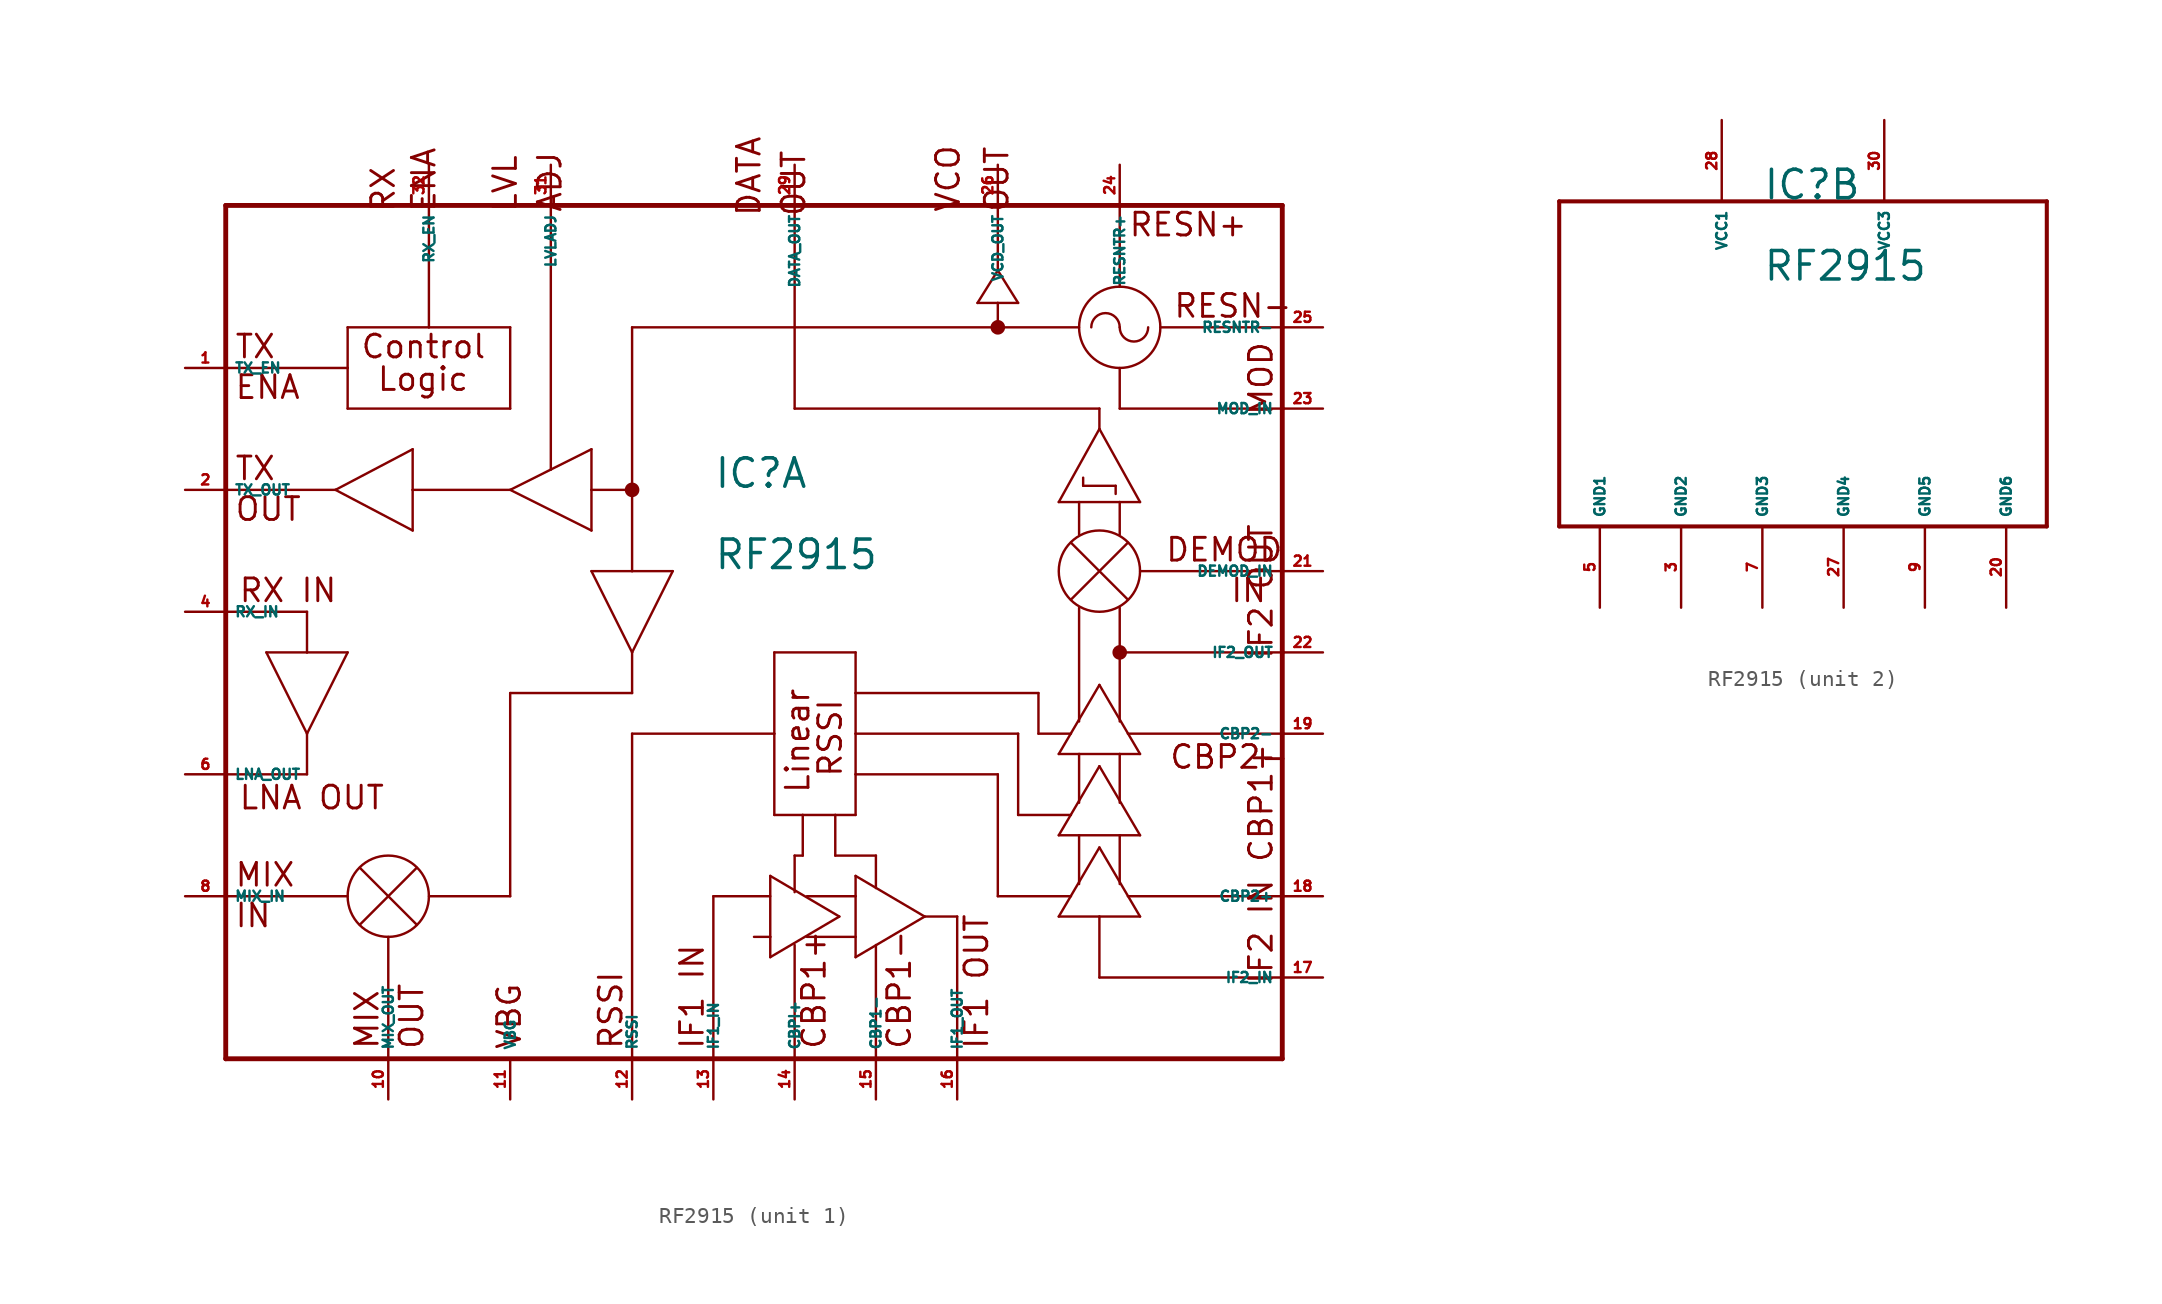
<source format=kicad_sym>
(kicad_symbol_lib
  (version 20220914)
  (generator Eagle2Kicad)
  (symbol "RF2915"
    (property "Reference" "IC"
      (at -2.54 10.16 0)
      (effects (font (size 1.778 1.778) (thickness 0.22)) (justify left bottom)))
    (property "Value" "RF2915"
      (at -2.54 5.08 0)
      (effects (font (size 1.778 1.778) (thickness 0.22)) (justify left bottom)))
    (symbol "RF2915_1_0"
      (polyline (pts (xy -21.336 12.7) (xy -26.162 10.16)) (stroke (width 0.152) (type default)) (fill (type none)))
      (polyline (pts (xy -26.162 10.16) (xy -21.336 7.62)) (stroke (width 0.152) (type default)) (fill (type none)))
      (polyline (pts (xy -21.336 7.62) (xy -21.336 10.16)) (stroke (width 0.152) (type default)) (fill (type none)))
      (polyline (pts (xy -21.336 10.16) (xy -21.336 12.7)) (stroke (width 0.152) (type default)) (fill (type none)))
      (polyline (pts (xy -33.02 10.16) (xy -26.162 10.16)) (stroke (width 0.152) (type default)) (fill (type none)))
      (polyline (pts (xy -21.336 10.16) (xy -15.24 10.16)) (stroke (width 0.152) (type default)) (fill (type none)))
      (polyline (pts (xy -33.02 2.54) (xy -27.94 2.54)) (stroke (width 0.152) (type default)) (fill (type none)))
      (polyline (pts (xy -27.94 2.54) (xy -27.94 0)) (stroke (width 0.152) (type default)) (fill (type none)))
      (polyline (pts (xy -27.94 0) (xy -30.48 0)) (stroke (width 0.152) (type default)) (fill (type none)))
      (polyline (pts (xy -30.48 0) (xy -27.94 -5.08)) (stroke (width 0.152) (type default)) (fill (type none)))
      (polyline (pts (xy -27.94 -5.08) (xy -25.4 0)) (stroke (width 0.152) (type default)) (fill (type none)))
      (polyline (pts (xy -25.4 0) (xy -27.94 0)) (stroke (width 0.152) (type default)) (fill (type none)))
      (polyline (pts (xy -27.94 -5.08) (xy -27.94 -7.62)) (stroke (width 0.152) (type default)) (fill (type none)))
      (polyline (pts (xy -27.94 -7.62) (xy -33.02 -7.62)) (stroke (width 0.152) (type default)) (fill (type none)))
      (polyline (pts (xy -33.02 -15.24) (xy -25.4 -15.24)) (stroke (width 0.152) (type default)) (fill (type none)))
      (polyline (pts (xy -22.86 -17.78) (xy -22.86 -25.4)) (stroke (width 0.152) (type default)) (fill (type none)))
      (polyline (pts (xy -10.16 12.7) (xy -12.7 11.43)) (stroke (width 0.152) (type default)) (fill (type none)))
      (polyline (pts (xy -12.7 11.43) (xy -15.24 10.16)) (stroke (width 0.152) (type default)) (fill (type none)))
      (polyline (pts (xy -15.24 10.16) (xy -10.16 7.62)) (stroke (width 0.152) (type default)) (fill (type none)))
      (polyline (pts (xy -10.16 7.62) (xy -10.16 10.16)) (stroke (width 0.152) (type default)) (fill (type none)))
      (polyline (pts (xy -10.16 10.16) (xy -10.16 12.7)) (stroke (width 0.152) (type default)) (fill (type none)))
      (polyline (pts (xy -10.16 5.08) (xy -7.62 0)) (stroke (width 0.152) (type default)) (fill (type none)))
      (polyline (pts (xy -7.62 0) (xy -5.08 5.08)) (stroke (width 0.152) (type default)) (fill (type none)))
      (polyline (pts (xy -5.08 5.08) (xy -7.62 5.08)) (stroke (width 0.152) (type default)) (fill (type none)))
      (polyline (pts (xy -7.62 5.08) (xy -10.16 5.08)) (stroke (width 0.152) (type default)) (fill (type none)))
      (polyline (pts (xy -20.32 -15.24) (xy -15.24 -15.24)) (stroke (width 0.152) (type default)) (fill (type none)))
      (polyline (pts (xy -15.24 -15.24) (xy -15.24 -2.54)) (stroke (width 0.152) (type default)) (fill (type none)))
      (polyline (pts (xy -15.24 -2.54) (xy -7.62 -2.54)) (stroke (width 0.152) (type default)) (fill (type none)))
      (polyline (pts (xy -7.62 -2.54) (xy -7.62 0)) (stroke (width 0.152) (type default)) (fill (type none)))
      (polyline (pts (xy -7.62 5.08) (xy -7.62 10.16)) (stroke (width 0.152) (type default)) (fill (type none)))
      (polyline (pts (xy -7.62 10.16) (xy -10.16 10.16)) (stroke (width 0.152) (type default)) (fill (type none)))
      (polyline (pts (xy -20.32 27.94) (xy -20.32 20.32)) (stroke (width 0.152) (type default)) (fill (type none)))
      (polyline (pts (xy -25.4 20.32) (xy -25.4 17.78)) (stroke (width 0.152) (type default)) (fill (type none)))
      (polyline (pts (xy -25.4 17.78) (xy -25.4 15.24)) (stroke (width 0.152) (type default)) (fill (type none)))
      (polyline (pts (xy -25.4 15.24) (xy -15.24 15.24)) (stroke (width 0.152) (type default)) (fill (type none)))
      (polyline (pts (xy -15.24 15.24) (xy -15.24 20.32)) (stroke (width 0.152) (type default)) (fill (type none)))
      (polyline (pts (xy -15.24 20.32) (xy -20.32 20.32)) (stroke (width 0.152) (type default)) (fill (type none)))
      (polyline (pts (xy -20.32 20.32) (xy -25.4 20.32)) (stroke (width 0.152) (type default)) (fill (type none)))
      (polyline (pts (xy -33.02 17.78) (xy -25.4 17.78)) (stroke (width 0.152) (type default)) (fill (type none)))
      (polyline (pts (xy -12.7 27.94) (xy -12.7 11.43)) (stroke (width 0.152) (type default)) (fill (type none)))
      (polyline (pts (xy -7.62 10.16) (xy -7.62 20.32)) (stroke (width 0.152) (type default)) (fill (type none)))
      (polyline (pts (xy -7.62 20.32) (xy 14.986 20.32)) (stroke (width 0.152) (type default)) (fill (type none)))
      (polyline (pts (xy 14.986 20.32) (xy 15.24 20.32)) (stroke (width 0.152) (type default)) (fill (type none)))
      (polyline (pts (xy 15.24 20.32) (xy 15.24 21.844)) (stroke (width 0.152) (type default)) (fill (type none)))
      (polyline (pts (xy 15.24 21.844) (xy 13.97 21.844)) (stroke (width 0.152) (type default)) (fill (type none)))
      (polyline (pts (xy 13.97 21.844) (xy 15.24 23.876)) (stroke (width 0.152) (type default)) (fill (type none)))
      (polyline (pts (xy 15.24 23.876) (xy 16.51 21.844)) (stroke (width 0.152) (type default)) (fill (type none)))
      (polyline (pts (xy 16.51 21.844) (xy 15.24 21.844)) (stroke (width 0.152) (type default)) (fill (type none)))
      (polyline (pts (xy 15.24 23.876) (xy 15.24 27.94)) (stroke (width 0.152) (type default)) (fill (type none)))
      (polyline (pts (xy -2.54 -25.4) (xy -2.54 -15.24)) (stroke (width 0.152) (type default)) (fill (type none)))
      (polyline (pts (xy -2.54 -15.24) (xy 1.016 -15.24)) (stroke (width 0.152) (type default)) (fill (type none)))
      (polyline (pts (xy 1.016 -13.97) (xy 1.016 -17.78)) (stroke (width 0.152) (type default)) (fill (type none)))
      (polyline (pts (xy 1.016 -17.78) (xy 1.016 -19.05)) (stroke (width 0.152) (type default)) (fill (type none)))
      (polyline (pts (xy 3.302 -17.78) (xy 6.35 -17.78)) (stroke (width 0.152) (type default)) (fill (type none)))
      (polyline (pts (xy 3.302 -15.24) (xy 6.35 -15.24)) (stroke (width 0.152) (type default)) (fill (type none)))
      (polyline (pts (xy 1.016 -13.97) (xy 5.334 -16.51)) (stroke (width 0.152) (type default)) (fill (type none)))
      (polyline (pts (xy 5.334 -16.51) (xy 1.016 -19.05)) (stroke (width 0.152) (type default)) (fill (type none)))
      (polyline (pts (xy 6.35 -13.97) (xy 6.35 -15.24)) (stroke (width 0.152) (type default)) (fill (type none)))
      (polyline (pts (xy 6.35 -15.24) (xy 6.35 -17.78)) (stroke (width 0.152) (type default)) (fill (type none)))
      (polyline (pts (xy 6.35 -17.78) (xy 6.35 -19.05)) (stroke (width 0.152) (type default)) (fill (type none)))
      (polyline (pts (xy 6.35 -13.97) (xy 10.668 -16.51)) (stroke (width 0.152) (type default)) (fill (type none)))
      (polyline (pts (xy 10.668 -16.51) (xy 6.35 -19.05)) (stroke (width 0.152) (type default)) (fill (type none)))
      (polyline (pts (xy 2.54 -25.4) (xy 2.54 -18.288)) (stroke (width 0.152) (type default)) (fill (type none)))
      (polyline (pts (xy 7.62 -25.4) (xy 7.62 -18.288)) (stroke (width 0.152) (type default)) (fill (type none)))
      (polyline (pts (xy 10.668 -16.51) (xy 12.7 -16.51)) (stroke (width 0.152) (type default)) (fill (type none)))
      (polyline (pts (xy 12.7 -16.51) (xy 12.7 -25.4)) (stroke (width 0.152) (type default)) (fill (type none)))
      (polyline (pts (xy 2.54 -14.986) (xy 2.54 -12.7)) (stroke (width 0.152) (type default)) (fill (type none)))
      (polyline (pts (xy 1.016 -17.78) (xy 0 -17.78)) (stroke (width 0.152) (type default)) (fill (type none)))
      (polyline (pts (xy -24.638 -13.462) (xy -21.082 -17.018)) (stroke (width 0.152) (type default)) (fill (type none)))
      (polyline (pts (xy -21.082 -13.462) (xy -24.638 -17.018)) (stroke (width 0.152) (type default)) (fill (type none)))
      (polyline (pts (xy 19.05 -16.51) (xy 21.59 -16.51)) (stroke (width 0.152) (type default)) (fill (type none)))
      (polyline (pts (xy 21.59 -16.51) (xy 24.13 -16.51)) (stroke (width 0.152) (type default)) (fill (type none)))
      (polyline (pts (xy 19.05 -16.51) (xy 21.59 -12.192)) (stroke (width 0.152) (type default)) (fill (type none)))
      (polyline (pts (xy 21.59 -12.192) (xy 24.13 -16.51)) (stroke (width 0.152) (type default)) (fill (type none)))
      (polyline (pts (xy 33.02 -15.24) (xy 23.368 -15.24)) (stroke (width 0.152) (type default)) (fill (type none)))
      (polyline (pts (xy 22.86 7.366) (xy 22.86 9.398)) (stroke (width 0.152) (type default)) (fill (type none)))
      (polyline (pts (xy 20.32 7.366) (xy 20.32 9.398)) (stroke (width 0.152) (type default)) (fill (type none)))
      (polyline (pts (xy 19.05 9.398) (xy 20.32 9.398)) (stroke (width 0.152) (type default)) (fill (type none)))
      (polyline (pts (xy 20.32 9.398) (xy 22.86 9.398)) (stroke (width 0.152) (type default)) (fill (type none)))
      (polyline (pts (xy 22.86 9.398) (xy 24.13 9.398)) (stroke (width 0.152) (type default)) (fill (type none)))
      (polyline (pts (xy 19.05 9.398) (xy 21.59 13.97)) (stroke (width 0.152) (type default)) (fill (type none)))
      (polyline (pts (xy 21.59 13.97) (xy 24.13 9.398)) (stroke (width 0.152) (type default)) (fill (type none)))
      (polyline (pts (xy 21.59 13.97) (xy 21.59 15.24)) (stroke (width 0.152) (type default)) (fill (type none)))
      (polyline (pts (xy 22.86 -14.478) (xy 22.86 -11.43)) (stroke (width 0.152) (type default)) (fill (type none)))
      (polyline (pts (xy 20.32 -14.478) (xy 20.32 -11.43)) (stroke (width 0.152) (type default)) (fill (type none)))
      (polyline (pts (xy 19.05 -11.43) (xy 20.32 -11.43)) (stroke (width 0.152) (type default)) (fill (type none)))
      (polyline (pts (xy 20.32 -11.43) (xy 22.86 -11.43)) (stroke (width 0.152) (type default)) (fill (type none)))
      (polyline (pts (xy 22.86 -11.43) (xy 24.13 -11.43)) (stroke (width 0.152) (type default)) (fill (type none)))
      (polyline (pts (xy 19.05 -11.43) (xy 21.59 -7.112)) (stroke (width 0.152) (type default)) (fill (type none)))
      (polyline (pts (xy 21.59 -7.112) (xy 24.13 -11.43)) (stroke (width 0.152) (type default)) (fill (type none)))
      (polyline (pts (xy 22.86 -9.398) (xy 22.86 -6.35)) (stroke (width 0.152) (type default)) (fill (type none)))
      (polyline (pts (xy 20.32 -9.398) (xy 20.32 -6.35)) (stroke (width 0.152) (type default)) (fill (type none)))
      (polyline (pts (xy 19.05 -6.35) (xy 20.32 -6.35)) (stroke (width 0.152) (type default)) (fill (type none)))
      (polyline (pts (xy 20.32 -6.35) (xy 22.86 -6.35)) (stroke (width 0.152) (type default)) (fill (type none)))
      (polyline (pts (xy 22.86 -6.35) (xy 24.13 -6.35)) (stroke (width 0.152) (type default)) (fill (type none)))
      (polyline (pts (xy 19.05 -6.35) (xy 21.59 -2.032)) (stroke (width 0.152) (type default)) (fill (type none)))
      (polyline (pts (xy 21.59 -2.032) (xy 24.13 -6.35)) (stroke (width 0.152) (type default)) (fill (type none)))
      (polyline (pts (xy 33.02 -5.08) (xy 23.368 -5.08)) (stroke (width 0.152) (type default)) (fill (type none)))
      (polyline (pts (xy 22.86 -4.318) (xy 22.86 0)) (stroke (width 0.152) (type default)) (fill (type none)))
      (polyline (pts (xy 22.86 0) (xy 22.86 2.794)) (stroke (width 0.152) (type default)) (fill (type none)))
      (polyline (pts (xy 20.32 -4.318) (xy 20.32 2.794)) (stroke (width 0.152) (type default)) (fill (type none)))
      (polyline (pts (xy 33.02 5.08) (xy 24.13 5.08)) (stroke (width 0.152) (type default)) (fill (type none)))
      (polyline (pts (xy 19.812 6.858) (xy 23.368 3.302)) (stroke (width 0.152) (type default)) (fill (type none)))
      (polyline (pts (xy 23.368 6.858) (xy 19.812 3.302)) (stroke (width 0.152) (type default)) (fill (type none)))
      (polyline (pts (xy 20.32 20.32) (xy 14.986 20.32)) (stroke (width 0.152) (type default)) (fill (type none)))
      (polyline (pts (xy 1.27 0) (xy 1.27 -5.08)) (stroke (width 0.152) (type default)) (fill (type none)))
      (polyline (pts (xy 1.27 -5.08) (xy 1.27 -10.16)) (stroke (width 0.152) (type default)) (fill (type none)))
      (polyline (pts (xy 1.27 -10.16) (xy 3.048 -10.16)) (stroke (width 0.152) (type default)) (fill (type none)))
      (polyline (pts (xy 3.048 -10.16) (xy 5.08 -10.16)) (stroke (width 0.152) (type default)) (fill (type none)))
      (polyline (pts (xy 5.08 -10.16) (xy 6.35 -10.16)) (stroke (width 0.152) (type default)) (fill (type none)))
      (polyline (pts (xy 6.35 -10.16) (xy 6.35 -7.62)) (stroke (width 0.152) (type default)) (fill (type none)))
      (polyline (pts (xy 6.35 -7.62) (xy 6.35 -5.08)) (stroke (width 0.152) (type default)) (fill (type none)))
      (polyline (pts (xy 6.35 -5.08) (xy 6.35 -2.54)) (stroke (width 0.152) (type default)) (fill (type none)))
      (polyline (pts (xy 6.35 -2.54) (xy 6.35 0)) (stroke (width 0.152) (type default)) (fill (type none)))
      (polyline (pts (xy 6.35 0) (xy 1.27 0)) (stroke (width 0.152) (type default)) (fill (type none)))
      (polyline (pts (xy 6.35 -2.54) (xy 17.78 -2.54)) (stroke (width 0.152) (type default)) (fill (type none)))
      (polyline (pts (xy 17.78 -2.54) (xy 17.78 -5.08)) (stroke (width 0.152) (type default)) (fill (type none)))
      (polyline (pts (xy 17.78 -5.08) (xy 19.812 -5.08)) (stroke (width 0.152) (type default)) (fill (type none)))
      (polyline (pts (xy 6.35 -5.08) (xy 16.51 -5.08)) (stroke (width 0.152) (type default)) (fill (type none)))
      (polyline (pts (xy 16.51 -5.08) (xy 16.51 -10.16)) (stroke (width 0.152) (type default)) (fill (type none)))
      (polyline (pts (xy 16.51 -10.16) (xy 19.812 -10.16)) (stroke (width 0.152) (type default)) (fill (type none)))
      (polyline (pts (xy 19.812 -15.24) (xy 15.24 -15.24)) (stroke (width 0.152) (type default)) (fill (type none)))
      (polyline (pts (xy 15.24 -15.24) (xy 15.24 -7.62)) (stroke (width 0.152) (type default)) (fill (type none)))
      (polyline (pts (xy 15.24 -7.62) (xy 6.35 -7.62)) (stroke (width 0.152) (type default)) (fill (type none)))
      (polyline (pts (xy 33.02 -20.32) (xy 21.59 -20.32)) (stroke (width 0.152) (type default)) (fill (type none)))
      (polyline (pts (xy 21.59 -20.32) (xy 21.59 -16.51)) (stroke (width 0.152) (type default)) (fill (type none)))
      (polyline (pts (xy 5.08 -10.16) (xy 5.08 -12.7)) (stroke (width 0.152) (type default)) (fill (type none)))
      (polyline (pts (xy 5.08 -12.7) (xy 7.62 -12.7)) (stroke (width 0.152) (type default)) (fill (type none)))
      (polyline (pts (xy 7.62 -12.7) (xy 7.62 -14.732)) (stroke (width 0.152) (type default)) (fill (type none)))
      (polyline (pts (xy 2.54 -12.7) (xy 3.048 -12.7)) (stroke (width 0.152) (type default)) (fill (type none)))
      (polyline (pts (xy 3.048 -12.7) (xy 3.048 -10.16)) (stroke (width 0.152) (type default)) (fill (type none)))
      (polyline (pts (xy 21.59 15.24) (xy 2.54 15.24)) (stroke (width 0.152) (type default)) (fill (type none)))
      (polyline (pts (xy -7.62 -25.4) (xy -7.62 -5.08)) (stroke (width 0.152) (type default)) (fill (type none)))
      (polyline (pts (xy -7.62 -5.08) (xy 1.27 -5.08)) (stroke (width 0.152) (type default)) (fill (type none)))
      (polyline (pts (xy 2.54 15.24) (xy 2.54 27.94)) (stroke (width 0.152) (type default)) (fill (type none)))
      (polyline (pts (xy 22.86 15.24) (xy 22.86 17.78)) (stroke (width 0.152) (type default)) (fill (type none)))
      (arc (start 22.86 20.32) (mid 21.971 21.209) (end 21.082 20.32) (stroke (width 0.1524) (type default)) (fill (type none)))
      (arc (start 22.86 20.32) (mid 23.749 19.431) (end 24.638 20.32) (stroke (width 0.1524) (type default)) (fill (type none)))
      (polyline (pts (xy 20.574 10.922) (xy 20.574 10.414)) (stroke (width 0.152) (type default)) (fill (type none)))
      (polyline (pts (xy 20.574 10.414) (xy 22.606 10.414)) (stroke (width 0.152) (type default)) (fill (type none)))
      (polyline (pts (xy 22.606 10.414) (xy 22.606 9.906)) (stroke (width 0.152) (type default)) (fill (type none)))
      (polyline (pts (xy 33.02 0) (xy 22.86 0)) (stroke (width 0.152) (type default)) (fill (type none)))
      (polyline (pts (xy -33.02 27.94) (xy -33.02 -25.4)) (stroke (width 0.305) (type default)) (fill (type none)))
      (polyline (pts (xy -33.02 -25.4) (xy -7.62 -25.4)) (stroke (width 0.305) (type default)) (fill (type none)))
      (polyline (pts (xy -7.62 -25.4) (xy 33.02 -25.4)) (stroke (width 0.305) (type default)) (fill (type none)))
      (polyline (pts (xy 33.02 -25.4) (xy 33.02 -15.24)) (stroke (width 0.305) (type default)) (fill (type none)))
      (polyline (pts (xy 33.02 -15.24) (xy 33.02 -5.08)) (stroke (width 0.305) (type default)) (fill (type none)))
      (polyline (pts (xy 33.02 -5.08) (xy 33.02 0)) (stroke (width 0.305) (type default)) (fill (type none)))
      (polyline (pts (xy 33.02 0) (xy 33.02 15.24)) (stroke (width 0.305) (type default)) (fill (type none)))
      (polyline (pts (xy 33.02 15.24) (xy 33.02 20.32)) (stroke (width 0.305) (type default)) (fill (type none)))
      (polyline (pts (xy 33.02 20.32) (xy 33.02 27.94)) (stroke (width 0.305) (type default)) (fill (type none)))
      (polyline (pts (xy 33.02 27.94) (xy 22.86 27.94)) (stroke (width 0.305) (type default)) (fill (type none)))
      (polyline (pts (xy 22.86 27.94) (xy -33.02 27.94)) (stroke (width 0.305) (type default)) (fill (type none)))
      (polyline (pts (xy 25.4 20.32) (xy 33.02 20.32)) (stroke (width 0.152) (type default)) (fill (type none)))
      (polyline (pts (xy 22.86 22.86) (xy 22.86 27.94)) (stroke (width 0.152) (type default)) (fill (type none)))
      (polyline (pts (xy 22.86 15.24) (xy 33.02 15.24)) (stroke (width 0.152) (type default)) (fill (type none)))
      (text "RX IN" (at -32.258 3.048 0) (effects (font (size 1.422 1.422) (thickness 0.18)) (justify left bottom)))
      (text "LNA OUT" (at -32.258 -9.906 0) (effects (font (size 1.422 1.422) (thickness 0.18)) (justify left bottom)))
      (text "IN" (at -32.512 -17.272 0) (effects (font (size 1.422 1.422) (thickness 0.18)) (justify left bottom)))
      (text "MIX" (at -32.512 -14.732 0) (effects (font (size 1.422 1.422) (thickness 0.18)) (justify left bottom)))
      (text "MIX" (at -23.368 -24.892 900) (effects (font (size 1.422 1.422) (thickness 0.18)) (justify left bottom)))
      (text "OUT" (at -20.574 -24.892 900) (effects (font (size 1.422 1.422) (thickness 0.18)) (justify left bottom)))
      (text "VBG" (at -14.478 -24.892 900) (effects (font (size 1.422 1.422) (thickness 0.18)) (justify left bottom)))
      (text "IF1 IN" (at -3.048 -24.892 900) (effects (font (size 1.422 1.422) (thickness 0.18)) (justify left bottom)))
      (text "RSSI" (at -8.128 -24.892 900) (effects (font (size 1.422 1.422) (thickness 0.18)) (justify left bottom)))
      (text "IF1 OUT" (at 14.732 -24.892 900) (effects (font (size 1.422 1.422) (thickness 0.18)) (justify left bottom)))
      (text "IF2 IN" (at 32.512 -20.828 1800) (effects (font (size 1.422 1.422) (thickness 0.18)) (justify left bottom)))
      (text "CBP1+" (at 32.512 -13.208 1800) (effects (font (size 1.422 1.422) (thickness 0.18)) (justify left bottom)))
      (text "CBP2-" (at 25.908 -7.366 0) (effects (font (size 1.422 1.422) (thickness 0.18)) (justify left bottom)))
      (text "CBP1+" (at 4.572 -24.892 900) (effects (font (size 1.422 1.422) (thickness 0.18)) (justify left bottom)))
      (text "CBP1-" (at 9.906 -24.892 900) (effects (font (size 1.422 1.422) (thickness 0.18)) (justify left bottom)))
      (text "IF2 OUT" (at 32.512 -0.508 1800) (effects (font (size 1.422 1.422) (thickness 0.18)) (justify left bottom)))
      (text "OUT" (at 3.302 27.178 2700) (effects (font (size 1.422 1.422) (thickness 0.18)) (justify left bottom)))
      (text "DATA" (at 0.508 27.178 2700) (effects (font (size 1.422 1.422) (thickness 0.18)) (justify left bottom)))
      (text "VCO" (at 12.954 27.432 2700) (effects (font (size 1.422 1.422) (thickness 0.18)) (justify left bottom)))
      (text "OUT" (at 16.002 27.432 2700) (effects (font (size 1.422 1.422) (thickness 0.18)) (justify left bottom)))
      (text "LVL" (at -14.732 27.432 2700) (effects (font (size 1.422 1.422) (thickness 0.18)) (justify left bottom)))
      (text "ADJ" (at -11.938 27.432 2700) (effects (font (size 1.422 1.422) (thickness 0.18)) (justify left bottom)))
      (text "RX" (at -22.352 27.432 2700) (effects (font (size 1.422 1.422) (thickness 0.18)) (justify left bottom)))
      (text "RESN-" (at 26.162 20.828 0) (effects (font (size 1.422 1.422) (thickness 0.18)) (justify left bottom)))
      (text "RESN+" (at 23.368 25.908 0) (effects (font (size 1.422 1.422) (thickness 0.18)) (justify left bottom)))
      (text "MOD" (at 32.512 14.732 1800) (effects (font (size 1.422 1.422) (thickness 0.18)) (justify left bottom)))
      (text "ENA" (at -19.812 27.432 2700) (effects (font (size 1.422 1.422) (thickness 0.18)) (justify left bottom)))
      (text "Logic" (at -23.622 16.256 0) (effects (font (size 1.422 1.422) (thickness 0.18)) (justify left bottom)))
      (text "Control" (at -24.638 18.288 0) (effects (font (size 1.422 1.422) (thickness 0.18)) (justify left bottom)))
      (text "Linear" (at 3.556 -8.89 900) (effects (font (size 1.422 1.422) (thickness 0.18)) (justify left bottom)))
      (text "RSSI" (at 5.588 -7.874 900) (effects (font (size 1.422 1.422) (thickness 0.18)) (justify left bottom)))
      (text "TX" (at -32.512 18.288 0) (effects (font (size 1.422 1.422) (thickness 0.18)) (justify left bottom)))
      (text "ENA" (at -32.512 15.748 0) (effects (font (size 1.422 1.422) (thickness 0.18)) (justify left bottom)))
      (text "TX" (at -32.512 10.668 0) (effects (font (size 1.422 1.422) (thickness 0.18)) (justify left bottom)))
      (text "OUT" (at -32.512 8.128 0) (effects (font (size 1.422 1.422) (thickness 0.18)) (justify left bottom)))
      (text "DEMOD" (at 25.654 5.588 0) (effects (font (size 1.422 1.422) (thickness 0.18)) (justify left bottom)))
      (text "IN" (at 29.718 3.048 0) (effects (font (size 1.422 1.422) (thickness 0.18)) (justify left bottom)))
      (circle (center -22.86 -15.24) (radius 2.54) (stroke (width 0.152) (type default)) (fill (type none)))
      (circle (center 21.59 5.08) (radius 2.54) (stroke (width 0.152) (type default)) (fill (type none)))
      (circle (center 22.86 20.32) (radius 2.54) (stroke (width 0.152) (type default)) (fill (type none)))
      (circle (center -7.62 10.16) (radius 0.254) (stroke (width 0.406) (type default)) (fill (type none)))
      (circle (center 15.24 20.32) (radius 0.254) (stroke (width 0.406) (type default)) (fill (type none)))
      (circle (center 22.86 0) (radius 0.254) (stroke (width 0.406) (type default)) (fill (type none)))
      (pin input line (at -35.56 17.78 0) (length 2.54) (name "TX_EN" (effects (font (size 0.635 0.635) (thickness 0.08)) (justify left bottom))) (number "1" (effects (font (size 0.635 0.635) (thickness 0.08)) (justify left bottom))))
      (pin passive line (at -35.56 10.16 0) (length 2.54) (name "TX_OUT" (effects (font (size 0.635 0.635) (thickness 0.08)) (justify left bottom))) (number "2" (effects (font (size 0.635 0.635) (thickness 0.08)) (justify left bottom))))
      (pin passive line (at -35.56 2.54 0) (length 2.54) (name "RX_IN" (effects (font (size 0.635 0.635) (thickness 0.08)) (justify left bottom))) (number "4" (effects (font (size 0.635 0.635) (thickness 0.08)) (justify left bottom))))
      (pin open_collector line (at -35.56 -7.62 0) (length 2.54) (name "LNA_OUT" (effects (font (size 0.635 0.635) (thickness 0.08)) (justify left bottom))) (number "6" (effects (font (size 0.635 0.635) (thickness 0.08)) (justify left bottom))))
      (pin input line (at -35.56 -15.24 0) (length 2.54) (name "MIX_IN" (effects (font (size 0.635 0.635) (thickness 0.08)) (justify left bottom))) (number "8" (effects (font (size 0.635 0.635) (thickness 0.08)) (justify left bottom))))
      (pin output line (at -22.86 -27.94 90) (length 2.54) (name "MIX_OUT" (effects (font (size 0.635 0.635) (thickness 0.08)) (justify left bottom))) (number "10" (effects (font (size 0.635 0.635) (thickness 0.08)) (justify left bottom))))
      (pin passive line (at -15.24 -27.94 90) (length 2.54) (name "VBG" (effects (font (size 0.635 0.635) (thickness 0.08)) (justify left bottom))) (number "11" (effects (font (size 0.635 0.635) (thickness 0.08)) (justify left bottom))))
      (pin output line (at -7.62 -27.94 90) (length 2.54) (name "RSSI" (effects (font (size 0.635 0.635) (thickness 0.08)) (justify left bottom))) (number "12" (effects (font (size 0.635 0.635) (thickness 0.08)) (justify left bottom))))
      (pin passive line (at -2.54 -27.94 90) (length 2.54) (name "IF1_IN" (effects (font (size 0.635 0.635) (thickness 0.08)) (justify left bottom))) (number "13" (effects (font (size 0.635 0.635) (thickness 0.08)) (justify left bottom))))
      (pin passive line (at 2.54 -27.94 90) (length 2.54) (name "CBPI+" (effects (font (size 0.635 0.635) (thickness 0.08)) (justify left bottom))) (number "14" (effects (font (size 0.635 0.635) (thickness 0.08)) (justify left bottom))))
      (pin passive line (at 7.62 -27.94 90) (length 2.54) (name "CBP1-" (effects (font (size 0.635 0.635) (thickness 0.08)) (justify left bottom))) (number "15" (effects (font (size 0.635 0.635) (thickness 0.08)) (justify left bottom))))
      (pin passive line (at 12.7 -27.94 90) (length 2.54) (name "IF1_OUT" (effects (font (size 0.635 0.635) (thickness 0.08)) (justify left bottom))) (number "16" (effects (font (size 0.635 0.635) (thickness 0.08)) (justify left bottom))))
      (pin passive line (at 35.56 -20.32 180) (length 2.54) (name "IF2_IN" (effects (font (size 0.635 0.635) (thickness 0.08)) (justify left bottom))) (number "17" (effects (font (size 0.635 0.635) (thickness 0.08)) (justify left bottom))))
      (pin passive line (at 35.56 -15.24 180) (length 2.54) (name "CBP2+" (effects (font (size 0.635 0.635) (thickness 0.08)) (justify left bottom))) (number "18" (effects (font (size 0.635 0.635) (thickness 0.08)) (justify left bottom))))
      (pin passive line (at 35.56 -5.08 180) (length 2.54) (name "CBP2-" (effects (font (size 0.635 0.635) (thickness 0.08)) (justify left bottom))) (number "19" (effects (font (size 0.635 0.635) (thickness 0.08)) (justify left bottom))))
      (pin passive line (at 35.56 0 180) (length 2.54) (name "IF2_OUT" (effects (font (size 0.635 0.635) (thickness 0.08)) (justify left bottom))) (number "22" (effects (font (size 0.635 0.635) (thickness 0.08)) (justify left bottom))))
      (pin passive line (at 35.56 5.08 180) (length 2.54) (name "DEMOD_IN" (effects (font (size 0.635 0.635) (thickness 0.08)) (justify left bottom))) (number "21" (effects (font (size 0.635 0.635) (thickness 0.08)) (justify left bottom))))
      (pin passive line (at 35.56 15.24 180) (length 2.54) (name "MOD_IN" (effects (font (size 0.635 0.635) (thickness 0.08)) (justify left bottom))) (number "23" (effects (font (size 0.635 0.635) (thickness 0.08)) (justify left bottom))))
      (pin passive line (at 35.56 20.32 180) (length 2.54) (name "RESNTR-" (effects (font (size 0.635 0.635) (thickness 0.08)) (justify left bottom))) (number "25" (effects (font (size 0.635 0.635) (thickness 0.08)) (justify left bottom))))
      (pin passive line (at 22.86 30.48 270) (length 2.54) (name "RESNTR+" (effects (font (size 0.635 0.635) (thickness 0.08)) (justify left bottom))) (number "24" (effects (font (size 0.635 0.635) (thickness 0.08)) (justify left bottom))))
      (pin passive line (at 15.24 30.48 270) (length 2.54) (name "VCD_OUT" (effects (font (size 0.635 0.635) (thickness 0.08)) (justify left bottom))) (number "26" (effects (font (size 0.635 0.635) (thickness 0.08)) (justify left bottom))))
      (pin output line (at 2.54 30.48 270) (length 2.54) (name "DATA_OUT" (effects (font (size 0.635 0.635) (thickness 0.08)) (justify left bottom))) (number "29" (effects (font (size 0.635 0.635) (thickness 0.08)) (justify left bottom))))
      (pin passive line (at -12.7 30.48 270) (length 2.54) (name "LVLADJ" (effects (font (size 0.635 0.635) (thickness 0.08)) (justify left bottom))) (number "31" (effects (font (size 0.635 0.635) (thickness 0.08)) (justify left bottom))))
      (pin input line (at -20.32 30.48 270) (length 2.54) (name "RX_EN" (effects (font (size 0.635 0.635) (thickness 0.08)) (justify left bottom))) (number "32" (effects (font (size 0.635 0.635) (thickness 0.08)) (justify left bottom)))))
    (symbol "RF2915_2_0"
      (polyline (pts (xy -15.24 -10.16) (xy 15.24 -10.16)) (stroke (width 0.254) (type default)) (fill (type none)))
      (polyline (pts (xy 15.24 -10.16) (xy 15.24 10.16)) (stroke (width 0.254) (type default)) (fill (type none)))
      (polyline (pts (xy 15.24 10.16) (xy -15.24 10.16)) (stroke (width 0.254) (type default)) (fill (type none)))
      (polyline (pts (xy -15.24 10.16) (xy -15.24 -10.16)) (stroke (width 0.254) (type default)) (fill (type none)))
      (pin passive line (at -12.7 -15.24 90) (length 5.08) (name "GND1" (effects (font (size 0.635 0.635) (thickness 0.08)) (justify left bottom))) (number "5" (effects (font (size 0.635 0.635) (thickness 0.08)) (justify left bottom))))
      (pin passive line (at -7.62 -15.24 90) (length 5.08) (name "GND2" (effects (font (size 0.635 0.635) (thickness 0.08)) (justify left bottom))) (number "3" (effects (font (size 0.635 0.635) (thickness 0.08)) (justify left bottom))))
      (pin passive line (at -2.54 -15.24 90) (length 5.08) (name "GND3" (effects (font (size 0.635 0.635) (thickness 0.08)) (justify left bottom))) (number "7" (effects (font (size 0.635 0.635) (thickness 0.08)) (justify left bottom))))
      (pin passive line (at 2.54 -15.24 90) (length 5.08) (name "GND4" (effects (font (size 0.635 0.635) (thickness 0.08)) (justify left bottom))) (number "27" (effects (font (size 0.635 0.635) (thickness 0.08)) (justify left bottom))))
      (pin passive line (at 7.62 -15.24 90) (length 5.08) (name "GND5" (effects (font (size 0.635 0.635) (thickness 0.08)) (justify left bottom))) (number "9" (effects (font (size 0.635 0.635) (thickness 0.08)) (justify left bottom))))
      (pin passive line (at -5.08 15.24 270) (length 5.08) (name "VCC1" (effects (font (size 0.635 0.635) (thickness 0.08)) (justify left bottom))) (number "28" (effects (font (size 0.635 0.635) (thickness 0.08)) (justify left bottom))))
      (pin passive line (at 5.08 15.24 270) (length 5.08) (name "VCC3" (effects (font (size 0.635 0.635) (thickness 0.08)) (justify left bottom))) (number "30" (effects (font (size 0.635 0.635) (thickness 0.08)) (justify left bottom))))
      (pin passive line (at 12.7 -15.24 90) (length 5.08) (name "GND6" (effects (font (size 0.635 0.635) (thickness 0.08)) (justify left bottom))) (number "20" (effects (font (size 0.635 0.635) (thickness 0.08)) (justify left bottom)))))))
</source>
